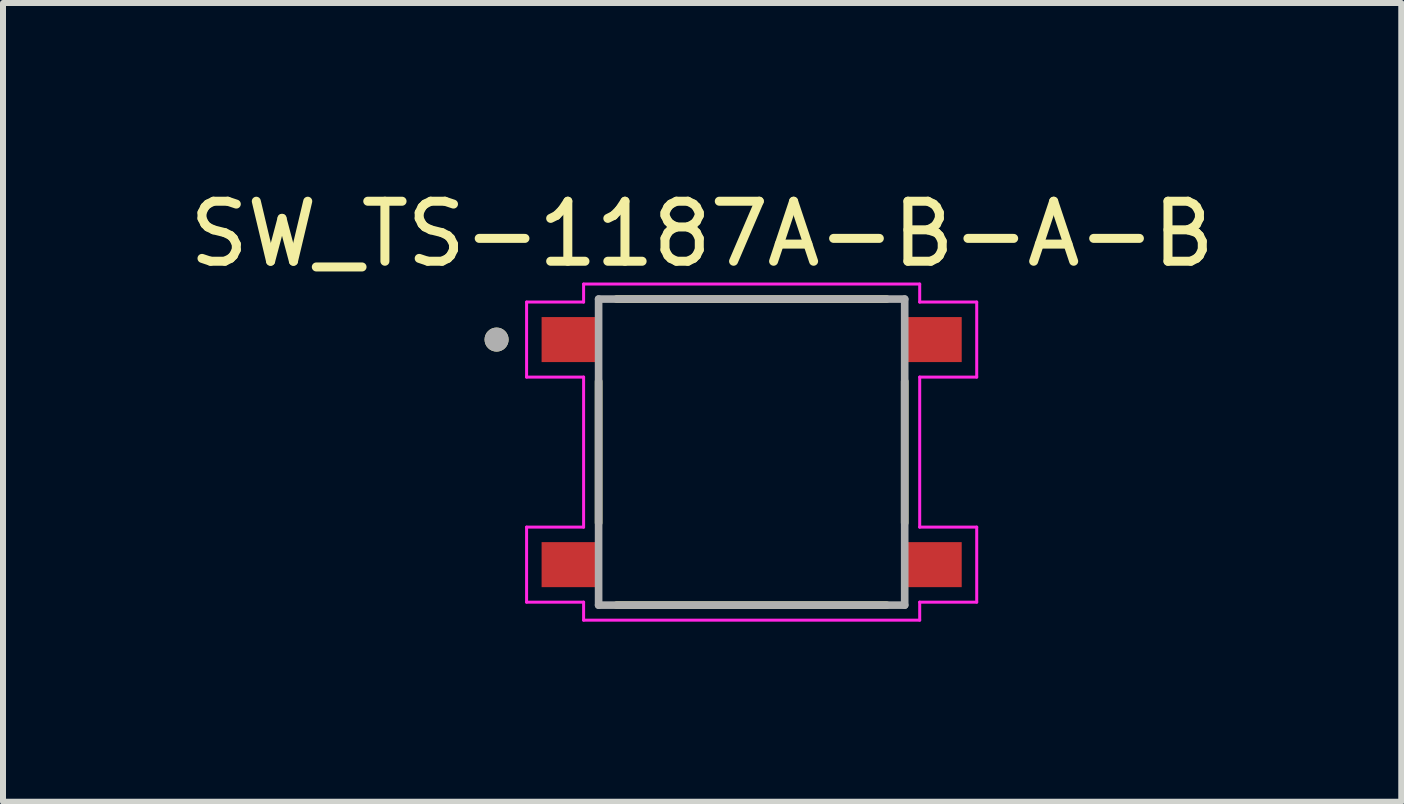
<source format=kicad_pcb>
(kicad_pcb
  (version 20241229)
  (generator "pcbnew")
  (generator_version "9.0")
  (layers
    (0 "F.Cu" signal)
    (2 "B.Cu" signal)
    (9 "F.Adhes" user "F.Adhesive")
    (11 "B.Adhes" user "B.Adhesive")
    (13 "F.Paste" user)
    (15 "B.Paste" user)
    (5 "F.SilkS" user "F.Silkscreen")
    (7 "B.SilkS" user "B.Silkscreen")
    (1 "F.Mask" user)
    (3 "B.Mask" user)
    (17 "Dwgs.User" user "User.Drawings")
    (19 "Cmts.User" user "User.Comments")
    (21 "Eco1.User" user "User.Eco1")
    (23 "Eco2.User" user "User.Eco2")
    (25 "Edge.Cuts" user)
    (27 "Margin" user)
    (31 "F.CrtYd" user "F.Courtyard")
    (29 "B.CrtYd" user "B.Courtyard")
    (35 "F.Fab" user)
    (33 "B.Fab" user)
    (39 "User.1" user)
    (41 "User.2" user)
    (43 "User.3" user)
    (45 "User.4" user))
  (footprint "SW_TS-1187A-B-A-B"
    (layer "F.Cu")
    (at 9.474 4.483)
    (property "Reference" "SW_TS-1187A-B-A-B" (at -0.825 -3.635 0) (layer "F.SilkS") (effects (font (size 1 1) (thickness 0.15))))
    (attr through_hole)
    (fp_line (start -2.55 -1.18) (end -2.55 1.18) (stroke (width 0.127) (type solid)) (layer "F.SilkS"))
    (fp_line (start 2.25 -2.55) (end -2.25 -2.55) (stroke (width 0.127) (type solid)) (layer "F.SilkS"))
    (fp_line (start 2.25 2.55) (end -2.25 2.55) (stroke (width 0.127) (type solid)) (layer "F.SilkS"))
    (fp_line (start 2.55 1.18) (end 2.55 -1.18) (stroke (width 0.127) (type solid)) (layer "F.SilkS"))
    (fp_circle (center -4.25 -1.875) (end -4.15 -1.875) (stroke (width 0.2) (type solid)) (fill no) (layer "F.SilkS"))
    (fp_line (start -3.75 -2.5) (end -3.75 -1.25) (stroke (width 0.05) (type solid)) (layer "F.CrtYd"))
    (fp_line (start -3.75 -2.5) (end -2.8 -2.5) (stroke (width 0.05) (type solid)) (layer "F.CrtYd"))
    (fp_line (start -3.75 -1.25) (end -2.8 -1.25) (stroke (width 0.05) (type solid)) (layer "F.CrtYd"))
    (fp_line (start -3.75 1.25) (end -2.8 1.25) (stroke (width 0.05) (type solid)) (layer "F.CrtYd"))
    (fp_line (start -3.75 2.5) (end -3.75 1.25) (stroke (width 0.05) (type solid)) (layer "F.CrtYd"))
    (fp_line (start -3.75 2.5) (end -2.8 2.5) (stroke (width 0.05) (type solid)) (layer "F.CrtYd"))
    (fp_line (start -2.8 -2.8) (end -2.8 -2.5) (stroke (width 0.05) (type solid)) (layer "F.CrtYd"))
    (fp_line (start -2.8 -1.25) (end -2.8 1.25) (stroke (width 0.05) (type solid)) (layer "F.CrtYd"))
    (fp_line (start -2.8 2.8) (end -2.8 2.5) (stroke (width 0.05) (type solid)) (layer "F.CrtYd"))
    (fp_line (start -2.8 2.8) (end 2.8 2.8) (stroke (width 0.05) (type solid)) (layer "F.CrtYd"))
    (fp_line (start 2.8 -2.8) (end -2.8 -2.8) (stroke (width 0.05) (type solid)) (layer "F.CrtYd"))
    (fp_line (start 2.8 -2.8) (end 2.8 -2.5) (stroke (width 0.05) (type solid)) (layer "F.CrtYd"))
    (fp_line (start 2.8 -1.25) (end 2.8 1.25) (stroke (width 0.05) (type solid)) (layer "F.CrtYd"))
    (fp_line (start 2.8 2.8) (end 2.8 2.5) (stroke (width 0.05) (type solid)) (layer "F.CrtYd"))
    (fp_line (start 3.75 -2.5) (end 2.8 -2.5) (stroke (width 0.05) (type solid)) (layer "F.CrtYd"))
    (fp_line (start 3.75 -2.5) (end 3.75 -1.25) (stroke (width 0.05) (type solid)) (layer "F.CrtYd"))
    (fp_line (start 3.75 -1.25) (end 2.8 -1.25) (stroke (width 0.05) (type solid)) (layer "F.CrtYd"))
    (fp_line (start 3.75 1.25) (end 2.8 1.25) (stroke (width 0.05) (type solid)) (layer "F.CrtYd"))
    (fp_line (start 3.75 2.5) (end 2.8 2.5) (stroke (width 0.05) (type solid)) (layer "F.CrtYd"))
    (fp_line (start 3.75 2.5) (end 3.75 1.25) (stroke (width 0.05) (type solid)) (layer "F.CrtYd"))
    (fp_line (start -2.55 -2.55) (end -2.55 2.55) (stroke (width 0.127) (type solid)) (layer "F.Fab"))
    (fp_line (start -2.55 2.55) (end 2.55 2.55) (stroke (width 0.127) (type solid)) (layer "F.Fab"))
    (fp_line (start 2.55 -2.55) (end -2.55 -2.55) (stroke (width 0.127) (type solid)) (layer "F.Fab"))
    (fp_line (start 2.55 2.55) (end 2.55 -2.55) (stroke (width 0.127) (type solid)) (layer "F.Fab"))
    (fp_circle (center -4.25 -1.875) (end -4.15 -1.875) (stroke (width 0.2) (type solid)) (fill no) (layer "F.Fab"))
    (pad "1" smd rect (at -3 -1.875) (size 1 0.75) (layers "F.Cu" "F.Mask" "F.Paste"))
    (pad "1" smd rect (at 3 -1.875) (size 1 0.75) (layers "F.Cu" "F.Mask" "F.Paste"))
    (pad "2" smd rect (at -3 1.875) (size 1 0.75) (layers "F.Cu" "F.Mask" "F.Paste"))
    (pad "2" smd rect (at 3 1.875) (size 1 0.75) (layers "F.Cu" "F.Mask" "F.Paste")))
  (gr_rect
    (start -3 -3)
    (end 20.298 10.308)
    (stroke (width 0.1) (type default))
    (fill no)
    (layer "Edge.Cuts")))
</source>
